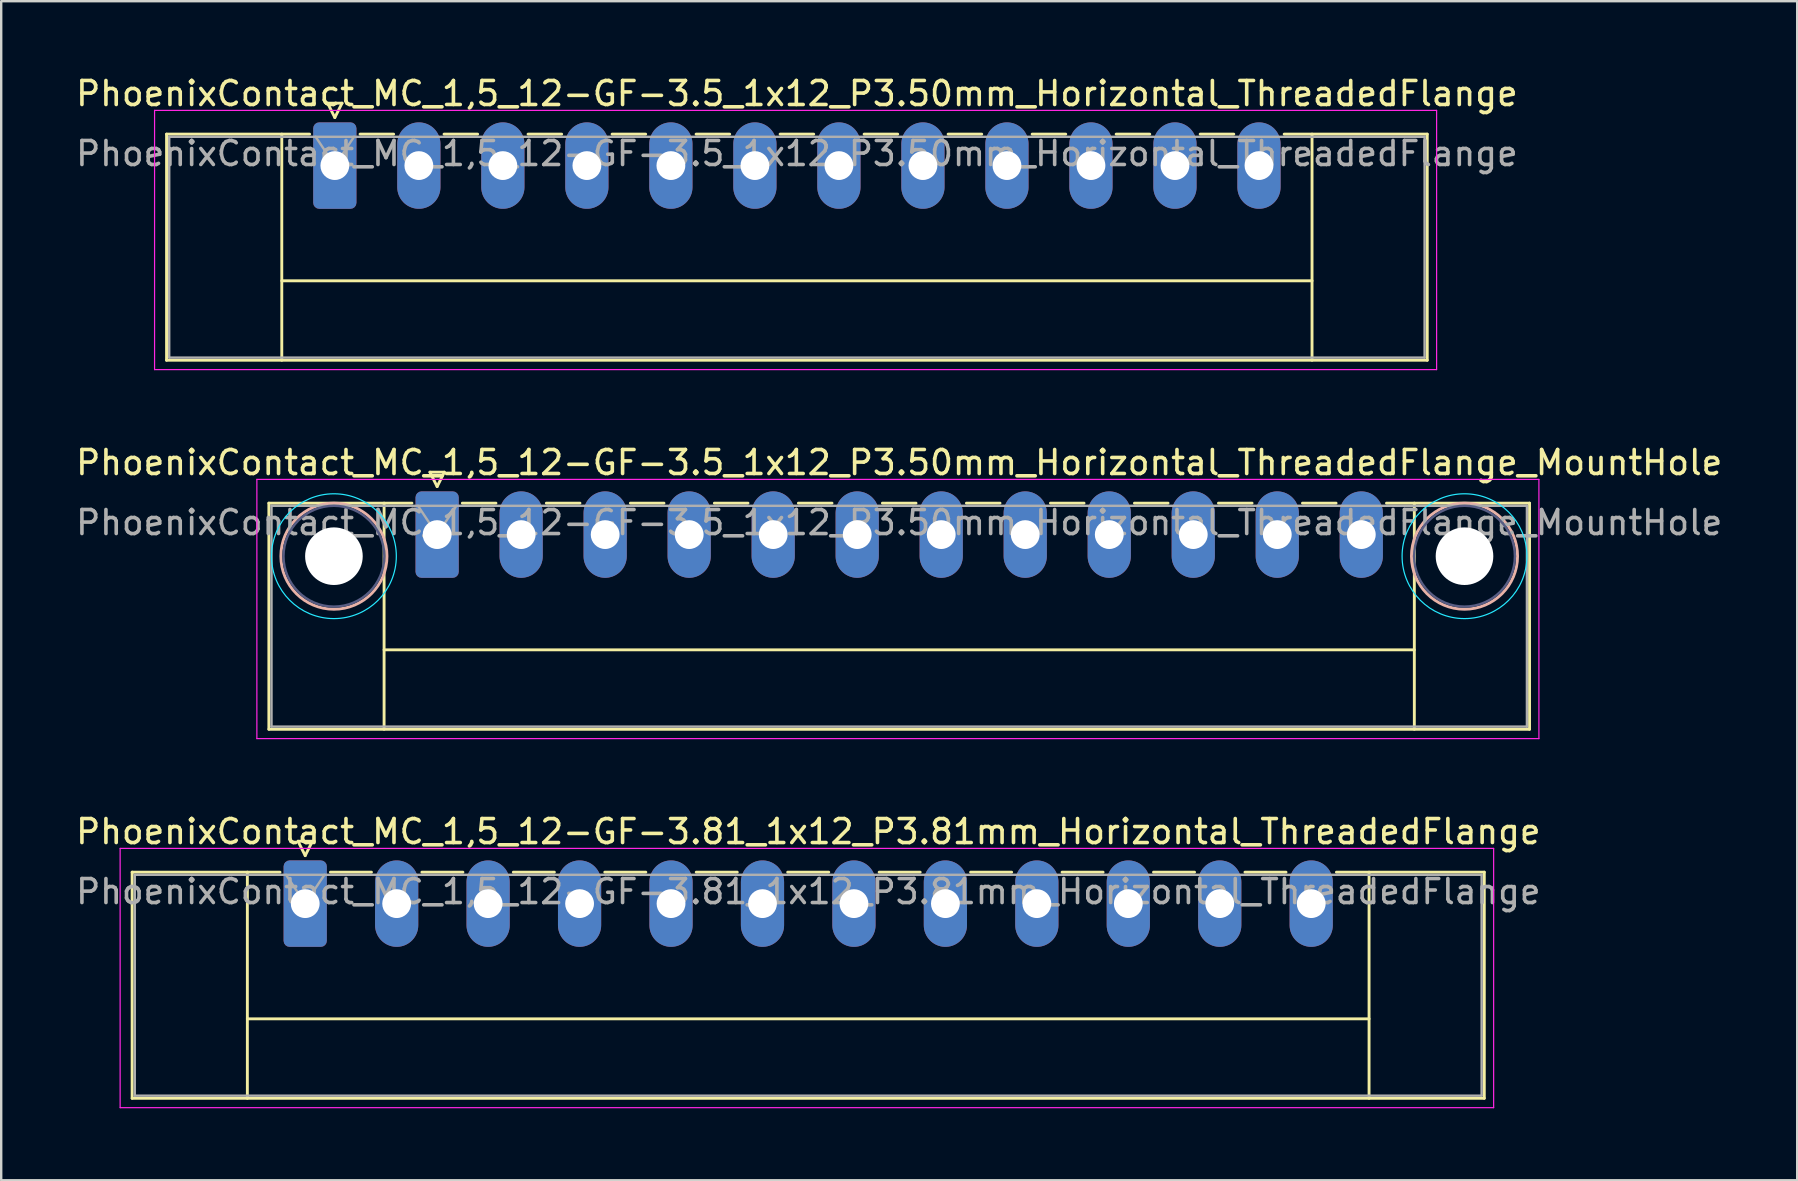
<source format=kicad_pcb>
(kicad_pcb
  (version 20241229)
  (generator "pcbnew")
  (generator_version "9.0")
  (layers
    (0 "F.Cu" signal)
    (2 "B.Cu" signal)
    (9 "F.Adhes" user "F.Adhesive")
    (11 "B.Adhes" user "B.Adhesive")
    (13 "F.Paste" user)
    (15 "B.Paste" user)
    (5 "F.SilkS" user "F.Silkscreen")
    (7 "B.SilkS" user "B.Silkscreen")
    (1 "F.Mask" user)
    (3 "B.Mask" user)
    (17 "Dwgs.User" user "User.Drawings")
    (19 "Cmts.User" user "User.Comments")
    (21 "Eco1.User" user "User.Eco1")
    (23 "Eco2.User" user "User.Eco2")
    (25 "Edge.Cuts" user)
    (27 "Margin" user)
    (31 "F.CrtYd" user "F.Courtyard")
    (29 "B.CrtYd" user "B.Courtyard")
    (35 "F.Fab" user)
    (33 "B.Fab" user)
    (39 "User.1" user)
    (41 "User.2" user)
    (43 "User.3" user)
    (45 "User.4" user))
  (footprint "PhoenixContact_MC_1,5_12-GF-3.5_1x12_P3.50mm_Horizontal_ThreadedFlange_MountHole"
    (layer "F.Cu")
    (at 15.161 19.221)
    (property "Reference" "PhoenixContact_MC_1,5_12-GF-3.5_1x12_P3.50mm_Horizontal_ThreadedFlange_MountHole" (at 19.25 -3 0) (layer "F.SilkS") (effects (font (size 1 1) (thickness 0.15))))
    (attr through_hole)
    (fp_line (start -7.01 -1.31) (end -7.01 8.11) (stroke (width 0.12) (type solid)) (layer "F.SilkS"))
    (fp_line (start -7.01 -1.31) (end -1.05 -1.31) (stroke (width 0.12) (type solid)) (layer "F.SilkS"))
    (fp_line (start -7.01 8.11) (end 45.51 8.11) (stroke (width 0.12) (type solid)) (layer "F.SilkS"))
    (fp_line (start -2.21 -1.31) (end -2.21 8.11) (stroke (width 0.12) (type solid)) (layer "F.SilkS"))
    (fp_line (start -2.21 4.8) (end 40.71 4.8) (stroke (width 0.12) (type solid)) (layer "F.SilkS"))
    (fp_line (start -0.3 -2.6) (end 0.3 -2.6) (stroke (width 0.12) (type solid)) (layer "F.SilkS"))
    (fp_line (start 0 -2) (end -0.3 -2.6) (stroke (width 0.12) (type solid)) (layer "F.SilkS"))
    (fp_line (start 0.3 -2.6) (end 0 -2) (stroke (width 0.12) (type solid)) (layer "F.SilkS"))
    (fp_line (start 1.05 -1.31) (end 2.45 -1.31) (stroke (width 0.12) (type solid)) (layer "F.SilkS"))
    (fp_line (start 4.55 -1.31) (end 5.95 -1.31) (stroke (width 0.12) (type solid)) (layer "F.SilkS"))
    (fp_line (start 8.05 -1.31) (end 9.45 -1.31) (stroke (width 0.12) (type solid)) (layer "F.SilkS"))
    (fp_line (start 11.55 -1.31) (end 12.95 -1.31) (stroke (width 0.12) (type solid)) (layer "F.SilkS"))
    (fp_line (start 15.05 -1.31) (end 16.45 -1.31) (stroke (width 0.12) (type solid)) (layer "F.SilkS"))
    (fp_line (start 18.55 -1.31) (end 19.95 -1.31) (stroke (width 0.12) (type solid)) (layer "F.SilkS"))
    (fp_line (start 22.05 -1.31) (end 23.45 -1.31) (stroke (width 0.12) (type solid)) (layer "F.SilkS"))
    (fp_line (start 25.55 -1.31) (end 26.95 -1.31) (stroke (width 0.12) (type solid)) (layer "F.SilkS"))
    (fp_line (start 29.05 -1.31) (end 30.45 -1.31) (stroke (width 0.12) (type solid)) (layer "F.SilkS"))
    (fp_line (start 32.55 -1.31) (end 33.95 -1.31) (stroke (width 0.12) (type solid)) (layer "F.SilkS"))
    (fp_line (start 36.05 -1.31) (end 37.45 -1.31) (stroke (width 0.12) (type solid)) (layer "F.SilkS"))
    (fp_line (start 40.71 -1.31) (end 40.71 8.11) (stroke (width 0.12) (type solid)) (layer "F.SilkS"))
    (fp_line (start 45.51 -1.31) (end 39.55 -1.31) (stroke (width 0.12) (type solid)) (layer "F.SilkS"))
    (fp_line (start 45.51 8.11) (end 45.51 -1.31) (stroke (width 0.12) (type solid)) (layer "F.SilkS"))
    (fp_circle (center -4.3 0.9) (end -2.09 0.9) (stroke (width 0.12) (type solid)) (fill no) (layer "B.SilkS"))
    (fp_circle (center 42.8 0.9) (end 45.01 0.9) (stroke (width 0.12) (type solid)) (fill no) (layer "B.SilkS"))
    (fp_circle (center -4.3 0.9) (end -1.7 0.9) (stroke (width 0.05) (type solid)) (fill no) (layer "B.CrtYd"))
    (fp_circle (center 42.8 0.9) (end 45.4 0.9) (stroke (width 0.05) (type solid)) (fill no) (layer "B.CrtYd"))
    (fp_line (start -7.51 -2.3) (end -7.51 8.5) (stroke (width 0.05) (type solid)) (layer "F.CrtYd"))
    (fp_line (start -7.51 8.5) (end 45.9 8.5) (stroke (width 0.05) (type solid)) (layer "F.CrtYd"))
    (fp_line (start 45.9 -2.3) (end -7.51 -2.3) (stroke (width 0.05) (type solid)) (layer "F.CrtYd"))
    (fp_line (start 45.9 8.5) (end 45.9 -2.3) (stroke (width 0.05) (type solid)) (layer "F.CrtYd"))
    (fp_circle (center -4.3 0.9) (end -2.2 0.9) (stroke (width 0.1) (type solid)) (fill no) (layer "B.Fab"))
    (fp_circle (center 42.8 0.9) (end 44.9 0.9) (stroke (width 0.1) (type solid)) (fill no) (layer "B.Fab"))
    (fp_line (start -6.9 -1.2) (end -6.9 8) (stroke (width 0.1) (type solid)) (layer "F.Fab"))
    (fp_line (start -6.9 8) (end 45.4 8) (stroke (width 0.1) (type solid)) (layer "F.Fab"))
    (fp_line (start 0 0) (end -0.8 -1.2) (stroke (width 0.1) (type solid)) (layer "F.Fab"))
    (fp_line (start 0.8 -1.2) (end 0 0) (stroke (width 0.1) (type solid)) (layer "F.Fab"))
    (fp_line (start 45.4 -1.2) (end -6.9 -1.2) (stroke (width 0.1) (type solid)) (layer "F.Fab"))
    (fp_line (start 45.4 8) (end 45.4 -1.2) (stroke (width 0.1) (type solid)) (layer "F.Fab"))
    (fp_text user "${REFERENCE}" (at 19.25 -0.5 0) (layer "F.Fab") (effects (font (size 1 1) (thickness 0.15))))
    (pad "" np_thru_hole circle (at -4.3 0.9) (size 2.4 2.4) (drill 2.4) (layers "*.Cu" "*.Mask"))
    (pad "" np_thru_hole circle (at 42.8 0.9) (size 2.4 2.4) (drill 2.4) (layers "*.Cu" "*.Mask"))
    (pad "1" thru_hole roundrect (at 0 0) (size 1.8 3.6) (drill 1.2) (layers "*.Cu" "*.Mask") (roundrect_rratio 0.139))
    (pad "2" thru_hole oval (at 3.5 0) (size 1.8 3.6) (drill 1.2) (layers "*.Cu" "*.Mask"))
    (pad "3" thru_hole oval (at 7 0) (size 1.8 3.6) (drill 1.2) (layers "*.Cu" "*.Mask"))
    (pad "4" thru_hole oval (at 10.5 0) (size 1.8 3.6) (drill 1.2) (layers "*.Cu" "*.Mask"))
    (pad "5" thru_hole oval (at 14 0) (size 1.8 3.6) (drill 1.2) (layers "*.Cu" "*.Mask"))
    (pad "6" thru_hole oval (at 17.5 0) (size 1.8 3.6) (drill 1.2) (layers "*.Cu" "*.Mask"))
    (pad "7" thru_hole oval (at 21 0) (size 1.8 3.6) (drill 1.2) (layers "*.Cu" "*.Mask"))
    (pad "8" thru_hole oval (at 24.5 0) (size 1.8 3.6) (drill 1.2) (layers "*.Cu" "*.Mask"))
    (pad "9" thru_hole oval (at 28 0) (size 1.8 3.6) (drill 1.2) (layers "*.Cu" "*.Mask"))
    (pad "10" thru_hole oval (at 31.5 0) (size 1.8 3.6) (drill 1.2) (layers "*.Cu" "*.Mask"))
    (pad "11" thru_hole oval (at 35 0) (size 1.8 3.6) (drill 1.2) (layers "*.Cu" "*.Mask"))
    (pad "12" thru_hole oval (at 38.5 0) (size 1.8 3.6) (drill 1.2) (layers "*.Cu" "*.Mask")))
  (footprint "PhoenixContact_MC_1,5_12-GF-3.5_1x12_P3.50mm_Horizontal_ThreadedFlange"
    (layer "F.Cu")
    (at 10.899 3.848)
    (property "Reference" "PhoenixContact_MC_1,5_12-GF-3.5_1x12_P3.50mm_Horizontal_ThreadedFlange" (at 19.25 -3 0) (layer "F.SilkS") (effects (font (size 1 1) (thickness 0.15))))
    (attr through_hole)
    (fp_line (start -7.01 -1.31) (end -7.01 8.11) (stroke (width 0.12) (type solid)) (layer "F.SilkS"))
    (fp_line (start -7.01 -1.31) (end -1.05 -1.31) (stroke (width 0.12) (type solid)) (layer "F.SilkS"))
    (fp_line (start -7.01 8.11) (end 45.51 8.11) (stroke (width 0.12) (type solid)) (layer "F.SilkS"))
    (fp_line (start -2.21 -1.31) (end -2.21 8.11) (stroke (width 0.12) (type solid)) (layer "F.SilkS"))
    (fp_line (start -2.21 4.8) (end 40.71 4.8) (stroke (width 0.12) (type solid)) (layer "F.SilkS"))
    (fp_line (start -0.3 -2.6) (end 0.3 -2.6) (stroke (width 0.12) (type solid)) (layer "F.SilkS"))
    (fp_line (start 0 -2) (end -0.3 -2.6) (stroke (width 0.12) (type solid)) (layer "F.SilkS"))
    (fp_line (start 0.3 -2.6) (end 0 -2) (stroke (width 0.12) (type solid)) (layer "F.SilkS"))
    (fp_line (start 1.05 -1.31) (end 2.45 -1.31) (stroke (width 0.12) (type solid)) (layer "F.SilkS"))
    (fp_line (start 4.55 -1.31) (end 5.95 -1.31) (stroke (width 0.12) (type solid)) (layer "F.SilkS"))
    (fp_line (start 8.05 -1.31) (end 9.45 -1.31) (stroke (width 0.12) (type solid)) (layer "F.SilkS"))
    (fp_line (start 11.55 -1.31) (end 12.95 -1.31) (stroke (width 0.12) (type solid)) (layer "F.SilkS"))
    (fp_line (start 15.05 -1.31) (end 16.45 -1.31) (stroke (width 0.12) (type solid)) (layer "F.SilkS"))
    (fp_line (start 18.55 -1.31) (end 19.95 -1.31) (stroke (width 0.12) (type solid)) (layer "F.SilkS"))
    (fp_line (start 22.05 -1.31) (end 23.45 -1.31) (stroke (width 0.12) (type solid)) (layer "F.SilkS"))
    (fp_line (start 25.55 -1.31) (end 26.95 -1.31) (stroke (width 0.12) (type solid)) (layer "F.SilkS"))
    (fp_line (start 29.05 -1.31) (end 30.45 -1.31) (stroke (width 0.12) (type solid)) (layer "F.SilkS"))
    (fp_line (start 32.55 -1.31) (end 33.95 -1.31) (stroke (width 0.12) (type solid)) (layer "F.SilkS"))
    (fp_line (start 36.05 -1.31) (end 37.45 -1.31) (stroke (width 0.12) (type solid)) (layer "F.SilkS"))
    (fp_line (start 40.71 -1.31) (end 40.71 8.11) (stroke (width 0.12) (type solid)) (layer "F.SilkS"))
    (fp_line (start 45.51 -1.31) (end 39.55 -1.31) (stroke (width 0.12) (type solid)) (layer "F.SilkS"))
    (fp_line (start 45.51 8.11) (end 45.51 -1.31) (stroke (width 0.12) (type solid)) (layer "F.SilkS"))
    (fp_line (start -7.51 -2.3) (end -7.51 8.5) (stroke (width 0.05) (type solid)) (layer "F.CrtYd"))
    (fp_line (start -7.51 8.5) (end 45.9 8.5) (stroke (width 0.05) (type solid)) (layer "F.CrtYd"))
    (fp_line (start 45.9 -2.3) (end -7.51 -2.3) (stroke (width 0.05) (type solid)) (layer "F.CrtYd"))
    (fp_line (start 45.9 8.5) (end 45.9 -2.3) (stroke (width 0.05) (type solid)) (layer "F.CrtYd"))
    (fp_line (start -6.9 -1.2) (end -6.9 8) (stroke (width 0.1) (type solid)) (layer "F.Fab"))
    (fp_line (start -6.9 8) (end 45.4 8) (stroke (width 0.1) (type solid)) (layer "F.Fab"))
    (fp_line (start 0 0) (end -0.8 -1.2) (stroke (width 0.1) (type solid)) (layer "F.Fab"))
    (fp_line (start 0.8 -1.2) (end 0 0) (stroke (width 0.1) (type solid)) (layer "F.Fab"))
    (fp_line (start 45.4 -1.2) (end -6.9 -1.2) (stroke (width 0.1) (type solid)) (layer "F.Fab"))
    (fp_line (start 45.4 8) (end 45.4 -1.2) (stroke (width 0.1) (type solid)) (layer "F.Fab"))
    (fp_text user "${REFERENCE}" (at 19.25 -0.5 0) (layer "F.Fab") (effects (font (size 1 1) (thickness 0.15))))
    (pad "1" thru_hole roundrect (at 0 0) (size 1.8 3.6) (drill 1.2) (layers "*.Cu" "*.Mask") (roundrect_rratio 0.139))
    (pad "2" thru_hole oval (at 3.5 0) (size 1.8 3.6) (drill 1.2) (layers "*.Cu" "*.Mask"))
    (pad "3" thru_hole oval (at 7 0) (size 1.8 3.6) (drill 1.2) (layers "*.Cu" "*.Mask"))
    (pad "4" thru_hole oval (at 10.5 0) (size 1.8 3.6) (drill 1.2) (layers "*.Cu" "*.Mask"))
    (pad "5" thru_hole oval (at 14 0) (size 1.8 3.6) (drill 1.2) (layers "*.Cu" "*.Mask"))
    (pad "6" thru_hole oval (at 17.5 0) (size 1.8 3.6) (drill 1.2) (layers "*.Cu" "*.Mask"))
    (pad "7" thru_hole oval (at 21 0) (size 1.8 3.6) (drill 1.2) (layers "*.Cu" "*.Mask"))
    (pad "8" thru_hole oval (at 24.5 0) (size 1.8 3.6) (drill 1.2) (layers "*.Cu" "*.Mask"))
    (pad "9" thru_hole oval (at 28 0) (size 1.8 3.6) (drill 1.2) (layers "*.Cu" "*.Mask"))
    (pad "10" thru_hole oval (at 31.5 0) (size 1.8 3.6) (drill 1.2) (layers "*.Cu" "*.Mask"))
    (pad "11" thru_hole oval (at 35 0) (size 1.8 3.6) (drill 1.2) (layers "*.Cu" "*.Mask"))
    (pad "12" thru_hole oval (at 38.5 0) (size 1.8 3.6) (drill 1.2) (layers "*.Cu" "*.Mask")))
  (footprint "PhoenixContact_MC_1,5_12-GF-3.81_1x12_P3.81mm_Horizontal_ThreadedFlange"
    (layer "F.Cu")
    (at 9.665 34.595)
    (property "Reference" "PhoenixContact_MC_1,5_12-GF-3.81_1x12_P3.81mm_Horizontal_ThreadedFlange" (at 20.96 -3 0) (layer "F.SilkS") (effects (font (size 1 1) (thickness 0.15))))
    (attr through_hole)
    (fp_line (start -7.21 -1.31) (end -7.21 8.11) (stroke (width 0.12) (type solid)) (layer "F.SilkS"))
    (fp_line (start -7.21 -1.31) (end -1.05 -1.31) (stroke (width 0.12) (type solid)) (layer "F.SilkS"))
    (fp_line (start -7.21 8.11) (end 49.12 8.11) (stroke (width 0.12) (type solid)) (layer "F.SilkS"))
    (fp_line (start -2.41 -1.31) (end -2.41 8.11) (stroke (width 0.12) (type solid)) (layer "F.SilkS"))
    (fp_line (start -2.41 4.8) (end 44.32 4.8) (stroke (width 0.12) (type solid)) (layer "F.SilkS"))
    (fp_line (start -0.3 -2.6) (end 0.3 -2.6) (stroke (width 0.12) (type solid)) (layer "F.SilkS"))
    (fp_line (start 0 -2) (end -0.3 -2.6) (stroke (width 0.12) (type solid)) (layer "F.SilkS"))
    (fp_line (start 0.3 -2.6) (end 0 -2) (stroke (width 0.12) (type solid)) (layer "F.SilkS"))
    (fp_line (start 1.05 -1.31) (end 2.76 -1.31) (stroke (width 0.12) (type solid)) (layer "F.SilkS"))
    (fp_line (start 4.86 -1.31) (end 6.57 -1.31) (stroke (width 0.12) (type solid)) (layer "F.SilkS"))
    (fp_line (start 8.67 -1.31) (end 10.38 -1.31) (stroke (width 0.12) (type solid)) (layer "F.SilkS"))
    (fp_line (start 12.48 -1.31) (end 14.19 -1.31) (stroke (width 0.12) (type solid)) (layer "F.SilkS"))
    (fp_line (start 16.29 -1.31) (end 18 -1.31) (stroke (width 0.12) (type solid)) (layer "F.SilkS"))
    (fp_line (start 20.1 -1.31) (end 21.81 -1.31) (stroke (width 0.12) (type solid)) (layer "F.SilkS"))
    (fp_line (start 23.91 -1.31) (end 25.62 -1.31) (stroke (width 0.12) (type solid)) (layer "F.SilkS"))
    (fp_line (start 27.72 -1.31) (end 29.43 -1.31) (stroke (width 0.12) (type solid)) (layer "F.SilkS"))
    (fp_line (start 31.53 -1.31) (end 33.24 -1.31) (stroke (width 0.12) (type solid)) (layer "F.SilkS"))
    (fp_line (start 35.34 -1.31) (end 37.05 -1.31) (stroke (width 0.12) (type solid)) (layer "F.SilkS"))
    (fp_line (start 39.15 -1.31) (end 40.86 -1.31) (stroke (width 0.12) (type solid)) (layer "F.SilkS"))
    (fp_line (start 44.32 -1.31) (end 44.32 8.11) (stroke (width 0.12) (type solid)) (layer "F.SilkS"))
    (fp_line (start 49.12 -1.31) (end 42.96 -1.31) (stroke (width 0.12) (type solid)) (layer "F.SilkS"))
    (fp_line (start 49.12 8.11) (end 49.12 -1.31) (stroke (width 0.12) (type solid)) (layer "F.SilkS"))
    (fp_line (start -7.71 -2.3) (end -7.71 8.5) (stroke (width 0.05) (type solid)) (layer "F.CrtYd"))
    (fp_line (start -7.71 8.5) (end 49.51 8.5) (stroke (width 0.05) (type solid)) (layer "F.CrtYd"))
    (fp_line (start 49.51 -2.3) (end -7.71 -2.3) (stroke (width 0.05) (type solid)) (layer "F.CrtYd"))
    (fp_line (start 49.51 8.5) (end 49.51 -2.3) (stroke (width 0.05) (type solid)) (layer "F.CrtYd"))
    (fp_line (start -7.1 -1.2) (end -7.1 8) (stroke (width 0.1) (type solid)) (layer "F.Fab"))
    (fp_line (start -7.1 8) (end 49.01 8) (stroke (width 0.1) (type solid)) (layer "F.Fab"))
    (fp_line (start 0 0) (end -0.8 -1.2) (stroke (width 0.1) (type solid)) (layer "F.Fab"))
    (fp_line (start 0.8 -1.2) (end 0 0) (stroke (width 0.1) (type solid)) (layer "F.Fab"))
    (fp_line (start 49.01 -1.2) (end -7.1 -1.2) (stroke (width 0.1) (type solid)) (layer "F.Fab"))
    (fp_line (start 49.01 8) (end 49.01 -1.2) (stroke (width 0.1) (type solid)) (layer "F.Fab"))
    (fp_text user "${REFERENCE}" (at 20.96 -0.5 0) (layer "F.Fab") (effects (font (size 1 1) (thickness 0.15))))
    (pad "1" thru_hole roundrect (at 0 0) (size 1.8 3.6) (drill 1.2) (layers "*.Cu" "*.Mask") (roundrect_rratio 0.139))
    (pad "2" thru_hole oval (at 3.81 0) (size 1.8 3.6) (drill 1.2) (layers "*.Cu" "*.Mask"))
    (pad "3" thru_hole oval (at 7.62 0) (size 1.8 3.6) (drill 1.2) (layers "*.Cu" "*.Mask"))
    (pad "4" thru_hole oval (at 11.43 0) (size 1.8 3.6) (drill 1.2) (layers "*.Cu" "*.Mask"))
    (pad "5" thru_hole oval (at 15.24 0) (size 1.8 3.6) (drill 1.2) (layers "*.Cu" "*.Mask"))
    (pad "6" thru_hole oval (at 19.05 0) (size 1.8 3.6) (drill 1.2) (layers "*.Cu" "*.Mask"))
    (pad "7" thru_hole oval (at 22.86 0) (size 1.8 3.6) (drill 1.2) (layers "*.Cu" "*.Mask"))
    (pad "8" thru_hole oval (at 26.67 0) (size 1.8 3.6) (drill 1.2) (layers "*.Cu" "*.Mask"))
    (pad "9" thru_hole oval (at 30.48 0) (size 1.8 3.6) (drill 1.2) (layers "*.Cu" "*.Mask"))
    (pad "10" thru_hole oval (at 34.29 0) (size 1.8 3.6) (drill 1.2) (layers "*.Cu" "*.Mask"))
    (pad "11" thru_hole oval (at 38.1 0) (size 1.8 3.6) (drill 1.2) (layers "*.Cu" "*.Mask"))
    (pad "12" thru_hole oval (at 41.91 0) (size 1.8 3.6) (drill 1.2) (layers "*.Cu" "*.Mask")))
  (gr_rect
    (start -3 -3)
    (end 71.821 46.12)
    (stroke (width 0.1) (type default))
    (fill no)
    (layer "Edge.Cuts")))
</source>
